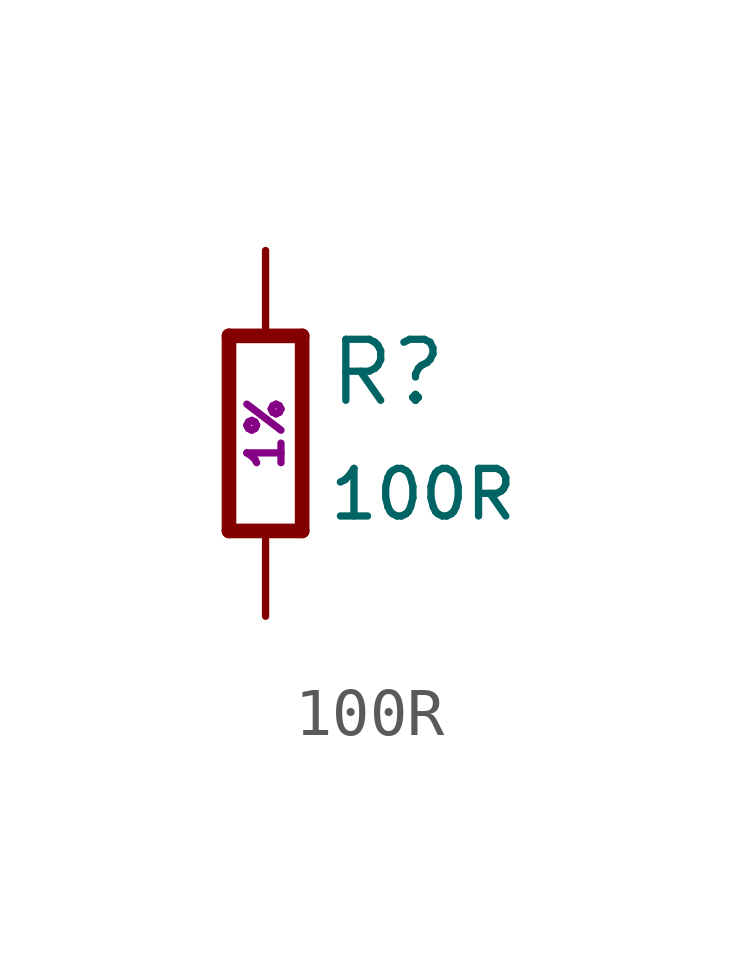
<source format=kicad_sym>
(kicad_symbol_lib
  (version 20211014)
  (generator kicad_symbol_editor)
  (symbol "100R"
    (pin_numbers hide)
    (pin_names
      (offset 0.254) hide)
    (property "Reference" "R"
      (at 1.27 1.27 0)
      (effects (font (size 1.27 1.27)) (justify left)))
    (property "Value" "100R"
      (at 1.27 -1.27 0)
      (effects (font (size 0.991 0.991)) (justify left)))
    (property "Tolerance" "1%"
      (at 0 0 90)
      (effects (font (size 0.711 0.711))))
    (symbol "100R_1_1"
      (polyline (pts (xy -0.762 -2.032) (xy -0.762 2.032)) (stroke (width 0.305) (type default) (color 0 0 0 0)) (fill (type outline)))
      (polyline (pts (xy 0.762 -2.032) (xy -0.762 -2.032)) (stroke (width 0.305) (type default) (color 0 0 0 0)) (fill (type outline)))
      (polyline (pts (xy 0.762 -2.032) (xy 0.762 2.032)) (stroke (width 0.305) (type default) (color 0 0 0 0)) (fill (type outline)))
      (polyline (pts (xy 0.762 2.032) (xy -0.762 2.032)) (stroke (width 0.305) (type default) (color 0 0 0 0)) (fill (type outline)))
      (pin passive line (at 0 3.81 270) (length 1.6) (name "~" (effects (font (size 1.27 1.27)))) (number "1" (effects (font (size 1.27 1.27)))))
      (pin passive line (at 0 -3.81 90) (length 1.6) (name "~" (effects (font (size 1.27 1.27)))) (number "2" (effects (font (size 1.27 1.27))))))))
</source>
